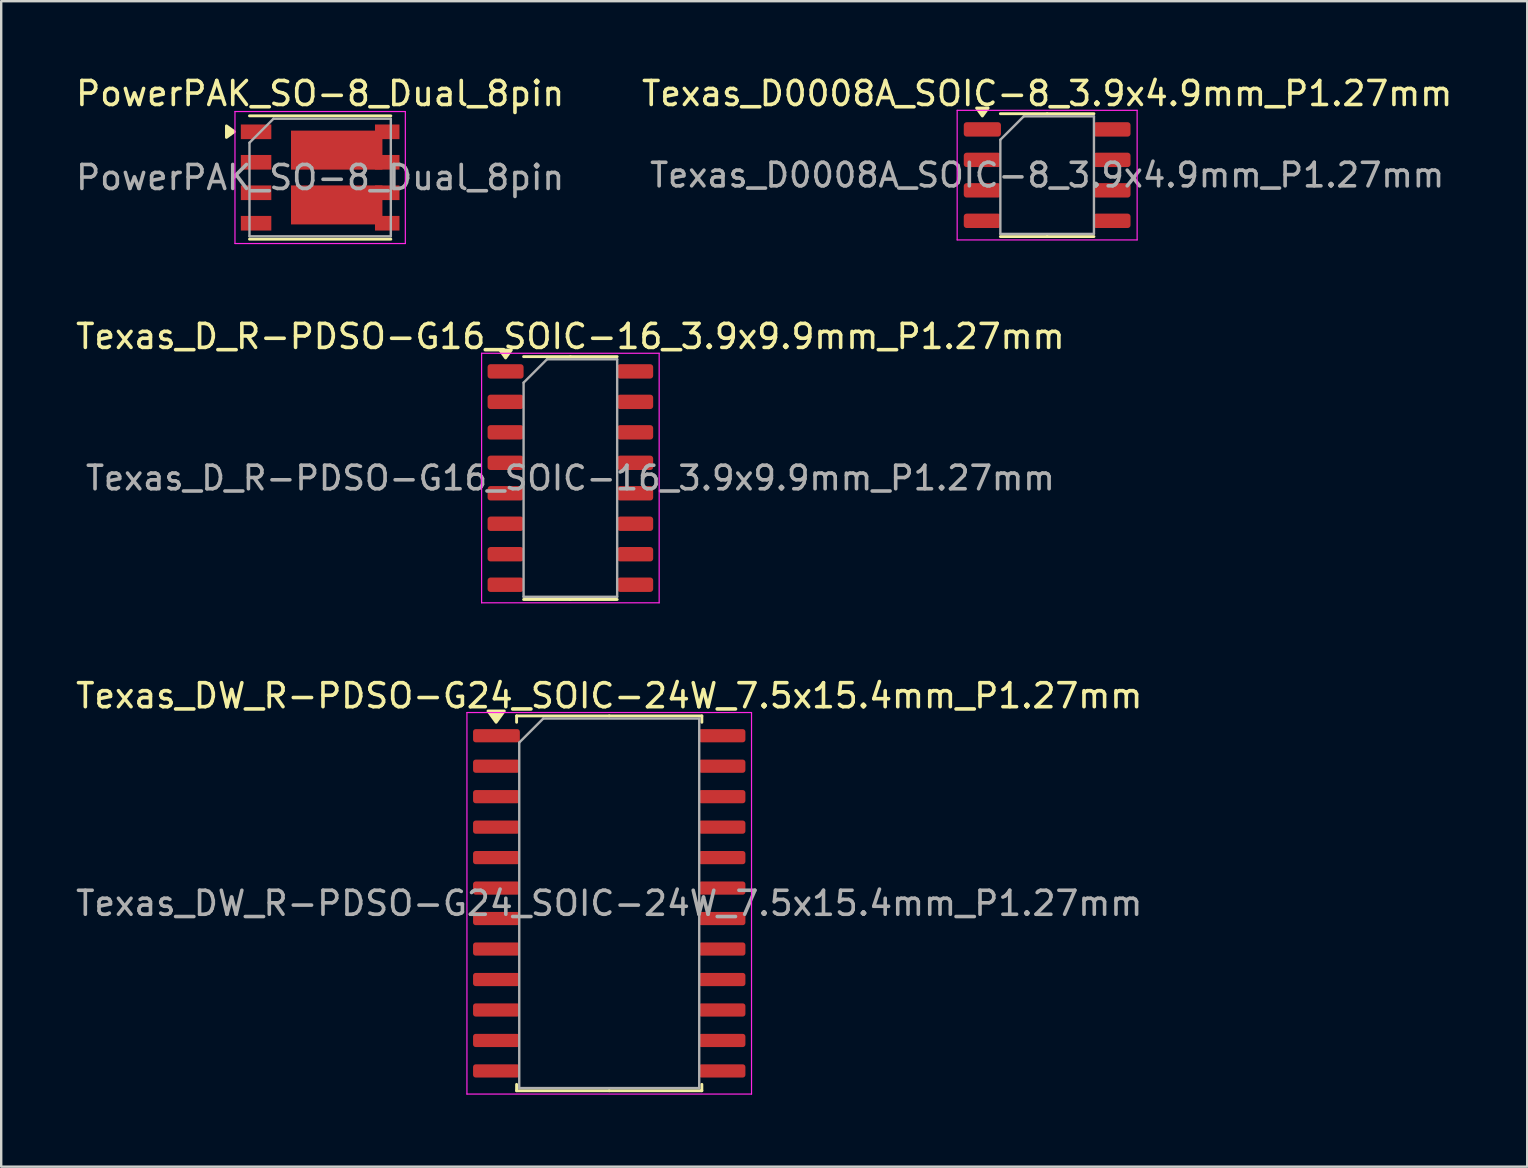
<source format=kicad_pcb>
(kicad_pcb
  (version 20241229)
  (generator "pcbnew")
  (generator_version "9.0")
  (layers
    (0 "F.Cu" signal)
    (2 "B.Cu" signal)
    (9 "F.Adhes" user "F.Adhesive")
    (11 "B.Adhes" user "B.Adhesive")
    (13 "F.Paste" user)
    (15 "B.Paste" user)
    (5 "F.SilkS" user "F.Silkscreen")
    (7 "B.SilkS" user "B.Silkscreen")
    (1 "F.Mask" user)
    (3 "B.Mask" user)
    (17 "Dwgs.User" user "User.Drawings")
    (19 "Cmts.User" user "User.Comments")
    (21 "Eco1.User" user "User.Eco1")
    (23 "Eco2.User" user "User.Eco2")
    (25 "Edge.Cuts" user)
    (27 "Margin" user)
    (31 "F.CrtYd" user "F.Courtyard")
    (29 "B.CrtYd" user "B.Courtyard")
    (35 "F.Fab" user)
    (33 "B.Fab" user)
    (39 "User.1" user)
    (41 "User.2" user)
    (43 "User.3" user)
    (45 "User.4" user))
  (footprint "Texas_DW_R-PDSO-G24_SOIC-24W_7.5x15.4mm_P1.27mm"
    (layer "F.Cu")
    (at 22.339 34.595)
    (property "Reference" "Texas_DW_R-PDSO-G24_SOIC-24W_7.5x15.4mm_P1.27mm" (at 0 -8.65 0) (layer "F.SilkS") (effects (font (size 1 1) (thickness 0.15))))
    (attr smd)
    (fp_line (start -3.86 -7.81) (end -3.86 -7.545) (stroke (width 0.12) (type solid)) (layer "F.SilkS"))
    (fp_line (start -3.86 7.81) (end -3.86 7.545) (stroke (width 0.12) (type solid)) (layer "F.SilkS"))
    (fp_line (start 0 -7.81) (end -3.86 -7.81) (stroke (width 0.12) (type solid)) (layer "F.SilkS"))
    (fp_line (start 0 -7.81) (end 3.86 -7.81) (stroke (width 0.12) (type solid)) (layer "F.SilkS"))
    (fp_line (start 0 7.81) (end -3.86 7.81) (stroke (width 0.12) (type solid)) (layer "F.SilkS"))
    (fp_line (start 0 7.81) (end 3.86 7.81) (stroke (width 0.12) (type solid)) (layer "F.SilkS"))
    (fp_line (start 3.86 -7.81) (end 3.86 -7.545) (stroke (width 0.12) (type solid)) (layer "F.SilkS"))
    (fp_line (start 3.86 7.81) (end 3.86 7.545) (stroke (width 0.12) (type solid)) (layer "F.SilkS"))
    (fp_poly (pts (xy -4.713 -7.545) (xy -5.053 -8.015) (xy -4.372 -8.015) (xy -4.713 -7.545)) (stroke (width 0.12) (type solid)) (fill yes) (layer "F.SilkS"))
    (fp_line (start -5.93 -7.95) (end -5.93 7.95) (stroke (width 0.05) (type solid)) (layer "F.CrtYd"))
    (fp_line (start -5.93 7.95) (end 5.93 7.95) (stroke (width 0.05) (type solid)) (layer "F.CrtYd"))
    (fp_line (start 5.93 -7.95) (end -5.93 -7.95) (stroke (width 0.05) (type solid)) (layer "F.CrtYd"))
    (fp_line (start 5.93 7.95) (end 5.93 -7.95) (stroke (width 0.05) (type solid)) (layer "F.CrtYd"))
    (fp_line (start -3.75 -6.7) (end -2.75 -7.7) (stroke (width 0.1) (type solid)) (layer "F.Fab"))
    (fp_line (start -3.75 7.7) (end -3.75 -6.7) (stroke (width 0.1) (type solid)) (layer "F.Fab"))
    (fp_line (start -2.75 -7.7) (end 3.75 -7.7) (stroke (width 0.1) (type solid)) (layer "F.Fab"))
    (fp_line (start 3.75 -7.7) (end 3.75 7.7) (stroke (width 0.1) (type solid)) (layer "F.Fab"))
    (fp_line (start 3.75 7.7) (end -3.75 7.7) (stroke (width 0.1) (type solid)) (layer "F.Fab"))
    (fp_text user "${REFERENCE}" (at 0 0 0) (layer "F.Fab") (effects (font (size 1 1) (thickness 0.15))))
    (pad "1" smd roundrect (at -4.7 -6.985) (size 1.95 0.55) (layers "F.Cu" "F.Mask" "F.Paste") (roundrect_rratio 0.2))
    (pad "2" smd roundrect (at -4.7 -5.715) (size 1.95 0.55) (layers "F.Cu" "F.Mask" "F.Paste") (roundrect_rratio 0.2))
    (pad "3" smd roundrect (at -4.7 -4.445) (size 1.95 0.55) (layers "F.Cu" "F.Mask" "F.Paste") (roundrect_rratio 0.2))
    (pad "4" smd roundrect (at -4.7 -3.175) (size 1.95 0.55) (layers "F.Cu" "F.Mask" "F.Paste") (roundrect_rratio 0.2))
    (pad "5" smd roundrect (at -4.7 -1.905) (size 1.95 0.55) (layers "F.Cu" "F.Mask" "F.Paste") (roundrect_rratio 0.2))
    (pad "6" smd roundrect (at -4.7 -0.635) (size 1.95 0.55) (layers "F.Cu" "F.Mask" "F.Paste") (roundrect_rratio 0.2))
    (pad "7" smd roundrect (at -4.7 0.635) (size 1.95 0.55) (layers "F.Cu" "F.Mask" "F.Paste") (roundrect_rratio 0.2))
    (pad "8" smd roundrect (at -4.7 1.905) (size 1.95 0.55) (layers "F.Cu" "F.Mask" "F.Paste") (roundrect_rratio 0.2))
    (pad "9" smd roundrect (at -4.7 3.175) (size 1.95 0.55) (layers "F.Cu" "F.Mask" "F.Paste") (roundrect_rratio 0.2))
    (pad "10" smd roundrect (at -4.7 4.445) (size 1.95 0.55) (layers "F.Cu" "F.Mask" "F.Paste") (roundrect_rratio 0.2))
    (pad "11" smd roundrect (at -4.7 5.715) (size 1.95 0.55) (layers "F.Cu" "F.Mask" "F.Paste") (roundrect_rratio 0.2))
    (pad "12" smd roundrect (at -4.7 6.985) (size 1.95 0.55) (layers "F.Cu" "F.Mask" "F.Paste") (roundrect_rratio 0.2))
    (pad "13" smd roundrect (at 4.7 6.985) (size 1.95 0.55) (layers "F.Cu" "F.Mask" "F.Paste") (roundrect_rratio 0.2))
    (pad "14" smd roundrect (at 4.7 5.715) (size 1.95 0.55) (layers "F.Cu" "F.Mask" "F.Paste") (roundrect_rratio 0.2))
    (pad "15" smd roundrect (at 4.7 4.445) (size 1.95 0.55) (layers "F.Cu" "F.Mask" "F.Paste") (roundrect_rratio 0.2))
    (pad "16" smd roundrect (at 4.7 3.175) (size 1.95 0.55) (layers "F.Cu" "F.Mask" "F.Paste") (roundrect_rratio 0.2))
    (pad "17" smd roundrect (at 4.7 1.905) (size 1.95 0.55) (layers "F.Cu" "F.Mask" "F.Paste") (roundrect_rratio 0.2))
    (pad "18" smd roundrect (at 4.7 0.635) (size 1.95 0.55) (layers "F.Cu" "F.Mask" "F.Paste") (roundrect_rratio 0.2))
    (pad "19" smd roundrect (at 4.7 -0.635) (size 1.95 0.55) (layers "F.Cu" "F.Mask" "F.Paste") (roundrect_rratio 0.2))
    (pad "20" smd roundrect (at 4.7 -1.905) (size 1.95 0.55) (layers "F.Cu" "F.Mask" "F.Paste") (roundrect_rratio 0.2))
    (pad "21" smd roundrect (at 4.7 -3.175) (size 1.95 0.55) (layers "F.Cu" "F.Mask" "F.Paste") (roundrect_rratio 0.2))
    (pad "22" smd roundrect (at 4.7 -4.445) (size 1.95 0.55) (layers "F.Cu" "F.Mask" "F.Paste") (roundrect_rratio 0.2))
    (pad "23" smd roundrect (at 4.7 -5.715) (size 1.95 0.55) (layers "F.Cu" "F.Mask" "F.Paste") (roundrect_rratio 0.2))
    (pad "24" smd roundrect (at 4.7 -6.985) (size 1.95 0.55) (layers "F.Cu" "F.Mask" "F.Paste") (roundrect_rratio 0.2)))
  (footprint "PowerPAK_SO-8_Dual_8pin"
    (layer "F.Cu")
    (at 10.292 4.348)
    (property "Reference" "PowerPAK_SO-8_Dual_8pin" (at 0 -3.5 0) (layer "F.SilkS") (effects (font (size 1 1) (thickness 0.15))))
    (attr smd)
    (fp_line (start -2.945 -2.57) (end 2.945 -2.57) (stroke (width 0.12) (type solid)) (layer "F.SilkS"))
    (fp_line (start -2.945 2.57) (end 2.945 2.57) (stroke (width 0.12) (type solid)) (layer "F.SilkS"))
    (fp_poly (pts (xy -3.575 -1.912) (xy -3.905 -2.152) (xy -3.905 -1.672) (xy -3.575 -1.912)) (stroke (width 0.12) (type solid)) (fill yes) (layer "F.SilkS"))
    (fp_line (start -3.55 -2.75) (end -3.55 2.75) (stroke (width 0.05) (type solid)) (layer "F.CrtYd"))
    (fp_line (start -3.55 -2.75) (end 3.55 -2.75) (stroke (width 0.05) (type solid)) (layer "F.CrtYd"))
    (fp_line (start -3.55 2.75) (end 3.55 2.75) (stroke (width 0.05) (type solid)) (layer "F.CrtYd"))
    (fp_line (start 3.55 -2.75) (end 3.55 2.75) (stroke (width 0.05) (type solid)) (layer "F.CrtYd"))
    (fp_line (start -2.945 2.45) (end -2.945 -1.45) (stroke (width 0.1) (type solid)) (layer "F.Fab"))
    (fp_line (start -1.945 -2.45) (end -2.945 -1.45) (stroke (width 0.1) (type solid)) (layer "F.Fab"))
    (fp_line (start -1.945 -2.45) (end 2.945 -2.45) (stroke (width 0.1) (type solid)) (layer "F.Fab"))
    (fp_line (start 2.945 -2.45) (end 2.945 2.45) (stroke (width 0.1) (type solid)) (layer "F.Fab"))
    (fp_line (start 2.945 2.45) (end -2.945 2.45) (stroke (width 0.1) (type solid)) (layer "F.Fab"))
    (fp_text user "${REFERENCE}" (at 0 0 0) (layer "F.Fab") (effects (font (size 1 1) (thickness 0.15))))
    (pad "1" smd rect (at -2.67 -1.905) (size 1.27 0.61) (layers "F.Cu" "F.Mask" "F.Paste"))
    (pad "2" smd rect (at -2.67 -0.635) (size 1.27 0.61) (layers "F.Cu" "F.Mask" "F.Paste"))
    (pad "3" smd rect (at -2.67 0.635) (size 1.27 0.61) (layers "F.Cu" "F.Mask" "F.Paste"))
    (pad "4" smd rect (at -2.67 1.905) (size 1.27 0.61) (layers "F.Cu" "F.Mask" "F.Paste"))
    (pad "5" smd rect (at 0.69 1.142) (size 3.81 1.625) (layers "F.Cu" "F.Mask" "F.Paste"))
    (pad "5" smd rect (at 2.795 1.905) (size 1.02 0.61) (layers "F.Cu" "F.Mask" "F.Paste"))
    (pad "6" smd rect (at 2.795 0.635) (size 1.02 0.61) (layers "F.Cu" "F.Mask" "F.Paste"))
    (pad "7" smd rect (at 2.795 -0.635) (size 1.02 0.61) (layers "F.Cu" "F.Mask" "F.Paste"))
    (pad "8" smd rect (at 0.69 -1.142) (size 3.81 1.625) (layers "F.Cu" "F.Mask" "F.Paste"))
    (pad "8" smd rect (at 2.795 -1.905) (size 1.02 0.61) (layers "F.Cu" "F.Mask" "F.Paste")))
  (footprint "Texas_D0008A_SOIC-8_3.9x4.9mm_P1.27mm"
    (layer "F.Cu")
    (at 40.589 4.248)
    (property "Reference" "Texas_D0008A_SOIC-8_3.9x4.9mm_P1.27mm" (at 0 -3.4 0) (layer "F.SilkS") (effects (font (size 1 1) (thickness 0.15))))
    (attr smd)
    (fp_line (start 0 -2.56) (end -1.95 -2.56) (stroke (width 0.12) (type solid)) (layer "F.SilkS"))
    (fp_line (start 0 -2.56) (end 1.95 -2.56) (stroke (width 0.12) (type solid)) (layer "F.SilkS"))
    (fp_line (start 0 2.56) (end -1.95 2.56) (stroke (width 0.12) (type solid)) (layer "F.SilkS"))
    (fp_line (start 0 2.56) (end 1.95 2.56) (stroke (width 0.12) (type solid)) (layer "F.SilkS"))
    (fp_poly (pts (xy -2.7 -2.465) (xy -2.94 -2.795) (xy -2.46 -2.795) (xy -2.7 -2.465)) (stroke (width 0.12) (type solid)) (fill yes) (layer "F.SilkS"))
    (fp_line (start -3.75 -2.7) (end -3.75 2.7) (stroke (width 0.05) (type solid)) (layer "F.CrtYd"))
    (fp_line (start -3.75 2.7) (end 3.75 2.7) (stroke (width 0.05) (type solid)) (layer "F.CrtYd"))
    (fp_line (start 3.75 -2.7) (end -3.75 -2.7) (stroke (width 0.05) (type solid)) (layer "F.CrtYd"))
    (fp_line (start 3.75 2.7) (end 3.75 -2.7) (stroke (width 0.05) (type solid)) (layer "F.CrtYd"))
    (fp_line (start -1.95 -1.475) (end -0.975 -2.45) (stroke (width 0.1) (type solid)) (layer "F.Fab"))
    (fp_line (start -1.95 2.45) (end -1.95 -1.475) (stroke (width 0.1) (type solid)) (layer "F.Fab"))
    (fp_line (start -0.975 -2.45) (end 1.95 -2.45) (stroke (width 0.1) (type solid)) (layer "F.Fab"))
    (fp_line (start 1.95 -2.45) (end 1.95 2.45) (stroke (width 0.1) (type solid)) (layer "F.Fab"))
    (fp_line (start 1.95 2.45) (end -1.95 2.45) (stroke (width 0.1) (type solid)) (layer "F.Fab"))
    (fp_text user "${REFERENCE}" (at 0 0 0) (layer "F.Fab") (effects (font (size 0.98 0.98) (thickness 0.15))))
    (pad "1" smd roundrect (at -2.7 -1.905) (size 1.55 0.6) (layers "F.Cu" "F.Mask" "F.Paste") (roundrect_rratio 0.2))
    (pad "2" smd roundrect (at -2.7 -0.635) (size 1.55 0.6) (layers "F.Cu" "F.Mask" "F.Paste") (roundrect_rratio 0.2))
    (pad "3" smd roundrect (at -2.7 0.635) (size 1.55 0.6) (layers "F.Cu" "F.Mask" "F.Paste") (roundrect_rratio 0.2))
    (pad "4" smd roundrect (at -2.7 1.905) (size 1.55 0.6) (layers "F.Cu" "F.Mask" "F.Paste") (roundrect_rratio 0.2))
    (pad "5" smd roundrect (at 2.7 1.905) (size 1.55 0.6) (layers "F.Cu" "F.Mask" "F.Paste") (roundrect_rratio 0.2))
    (pad "6" smd roundrect (at 2.7 0.635) (size 1.55 0.6) (layers "F.Cu" "F.Mask" "F.Paste") (roundrect_rratio 0.2))
    (pad "7" smd roundrect (at 2.7 -0.635) (size 1.55 0.6) (layers "F.Cu" "F.Mask" "F.Paste") (roundrect_rratio 0.2))
    (pad "8" smd roundrect (at 2.7 -1.905) (size 1.55 0.6) (layers "F.Cu" "F.Mask" "F.Paste") (roundrect_rratio 0.2)))
  (footprint "Texas_D_R-PDSO-G16_SOIC-16_3.9x9.9mm_P1.27mm"
    (layer "F.Cu")
    (at 20.72 16.872)
    (property "Reference" "Texas_D_R-PDSO-G16_SOIC-16_3.9x9.9mm_P1.27mm" (at 0 -5.9 0) (layer "F.SilkS") (effects (font (size 1 1) (thickness 0.15))))
    (attr smd)
    (fp_line (start 0 -5.06) (end -1.95 -5.06) (stroke (width 0.12) (type solid)) (layer "F.SilkS"))
    (fp_line (start 0 -5.06) (end 1.95 -5.06) (stroke (width 0.12) (type solid)) (layer "F.SilkS"))
    (fp_line (start 0 5.06) (end -1.95 5.06) (stroke (width 0.12) (type solid)) (layer "F.SilkS"))
    (fp_line (start 0 5.06) (end 1.95 5.06) (stroke (width 0.12) (type solid)) (layer "F.SilkS"))
    (fp_poly (pts (xy -2.7 -5.005) (xy -2.94 -5.335) (xy -2.46 -5.335) (xy -2.7 -5.005)) (stroke (width 0.12) (type solid)) (fill yes) (layer "F.SilkS"))
    (fp_line (start -3.7 -5.2) (end -3.7 5.2) (stroke (width 0.05) (type solid)) (layer "F.CrtYd"))
    (fp_line (start -3.7 5.2) (end 3.7 5.2) (stroke (width 0.05) (type solid)) (layer "F.CrtYd"))
    (fp_line (start 3.7 -5.2) (end -3.7 -5.2) (stroke (width 0.05) (type solid)) (layer "F.CrtYd"))
    (fp_line (start 3.7 5.2) (end 3.7 -5.2) (stroke (width 0.05) (type solid)) (layer "F.CrtYd"))
    (fp_line (start -1.95 -3.975) (end -0.975 -4.95) (stroke (width 0.1) (type solid)) (layer "F.Fab"))
    (fp_line (start -1.95 4.95) (end -1.95 -3.975) (stroke (width 0.1) (type solid)) (layer "F.Fab"))
    (fp_line (start -0.975 -4.95) (end 1.95 -4.95) (stroke (width 0.1) (type solid)) (layer "F.Fab"))
    (fp_line (start 1.95 -4.95) (end 1.95 4.95) (stroke (width 0.1) (type solid)) (layer "F.Fab"))
    (fp_line (start 1.95 4.95) (end -1.95 4.95) (stroke (width 0.1) (type solid)) (layer "F.Fab"))
    (fp_text user "${REFERENCE}" (at 0 0 0) (layer "F.Fab") (effects (font (size 0.98 0.98) (thickness 0.15))))
    (pad "1" smd roundrect (at -2.7 -4.445) (size 1.5 0.6) (layers "F.Cu" "F.Mask" "F.Paste") (roundrect_rratio 0.2))
    (pad "2" smd roundrect (at -2.7 -3.175) (size 1.5 0.6) (layers "F.Cu" "F.Mask" "F.Paste") (roundrect_rratio 0.2))
    (pad "3" smd roundrect (at -2.7 -1.905) (size 1.5 0.6) (layers "F.Cu" "F.Mask" "F.Paste") (roundrect_rratio 0.2))
    (pad "4" smd roundrect (at -2.7 -0.635) (size 1.5 0.6) (layers "F.Cu" "F.Mask" "F.Paste") (roundrect_rratio 0.2))
    (pad "5" smd roundrect (at -2.7 0.635) (size 1.5 0.6) (layers "F.Cu" "F.Mask" "F.Paste") (roundrect_rratio 0.2))
    (pad "6" smd roundrect (at -2.7 1.905) (size 1.5 0.6) (layers "F.Cu" "F.Mask" "F.Paste") (roundrect_rratio 0.2))
    (pad "7" smd roundrect (at -2.7 3.175) (size 1.5 0.6) (layers "F.Cu" "F.Mask" "F.Paste") (roundrect_rratio 0.2))
    (pad "8" smd roundrect (at -2.7 4.445) (size 1.5 0.6) (layers "F.Cu" "F.Mask" "F.Paste") (roundrect_rratio 0.2))
    (pad "9" smd roundrect (at 2.7 4.445) (size 1.5 0.6) (layers "F.Cu" "F.Mask" "F.Paste") (roundrect_rratio 0.2))
    (pad "10" smd roundrect (at 2.7 3.175) (size 1.5 0.6) (layers "F.Cu" "F.Mask" "F.Paste") (roundrect_rratio 0.2))
    (pad "11" smd roundrect (at 2.7 1.905) (size 1.5 0.6) (layers "F.Cu" "F.Mask" "F.Paste") (roundrect_rratio 0.2))
    (pad "12" smd roundrect (at 2.7 0.635) (size 1.5 0.6) (layers "F.Cu" "F.Mask" "F.Paste") (roundrect_rratio 0.2))
    (pad "13" smd roundrect (at 2.7 -0.635) (size 1.5 0.6) (layers "F.Cu" "F.Mask" "F.Paste") (roundrect_rratio 0.2))
    (pad "14" smd roundrect (at 2.7 -1.905) (size 1.5 0.6) (layers "F.Cu" "F.Mask" "F.Paste") (roundrect_rratio 0.2))
    (pad "15" smd roundrect (at 2.7 -3.175) (size 1.5 0.6) (layers "F.Cu" "F.Mask" "F.Paste") (roundrect_rratio 0.2))
    (pad "16" smd roundrect (at 2.7 -4.445) (size 1.5 0.6) (layers "F.Cu" "F.Mask" "F.Paste") (roundrect_rratio 0.2)))
  (gr_rect
    (start -3 -3)
    (end 60.595 45.57)
    (stroke (width 0.1) (type default))
    (fill no)
    (layer "Edge.Cuts")))
</source>
